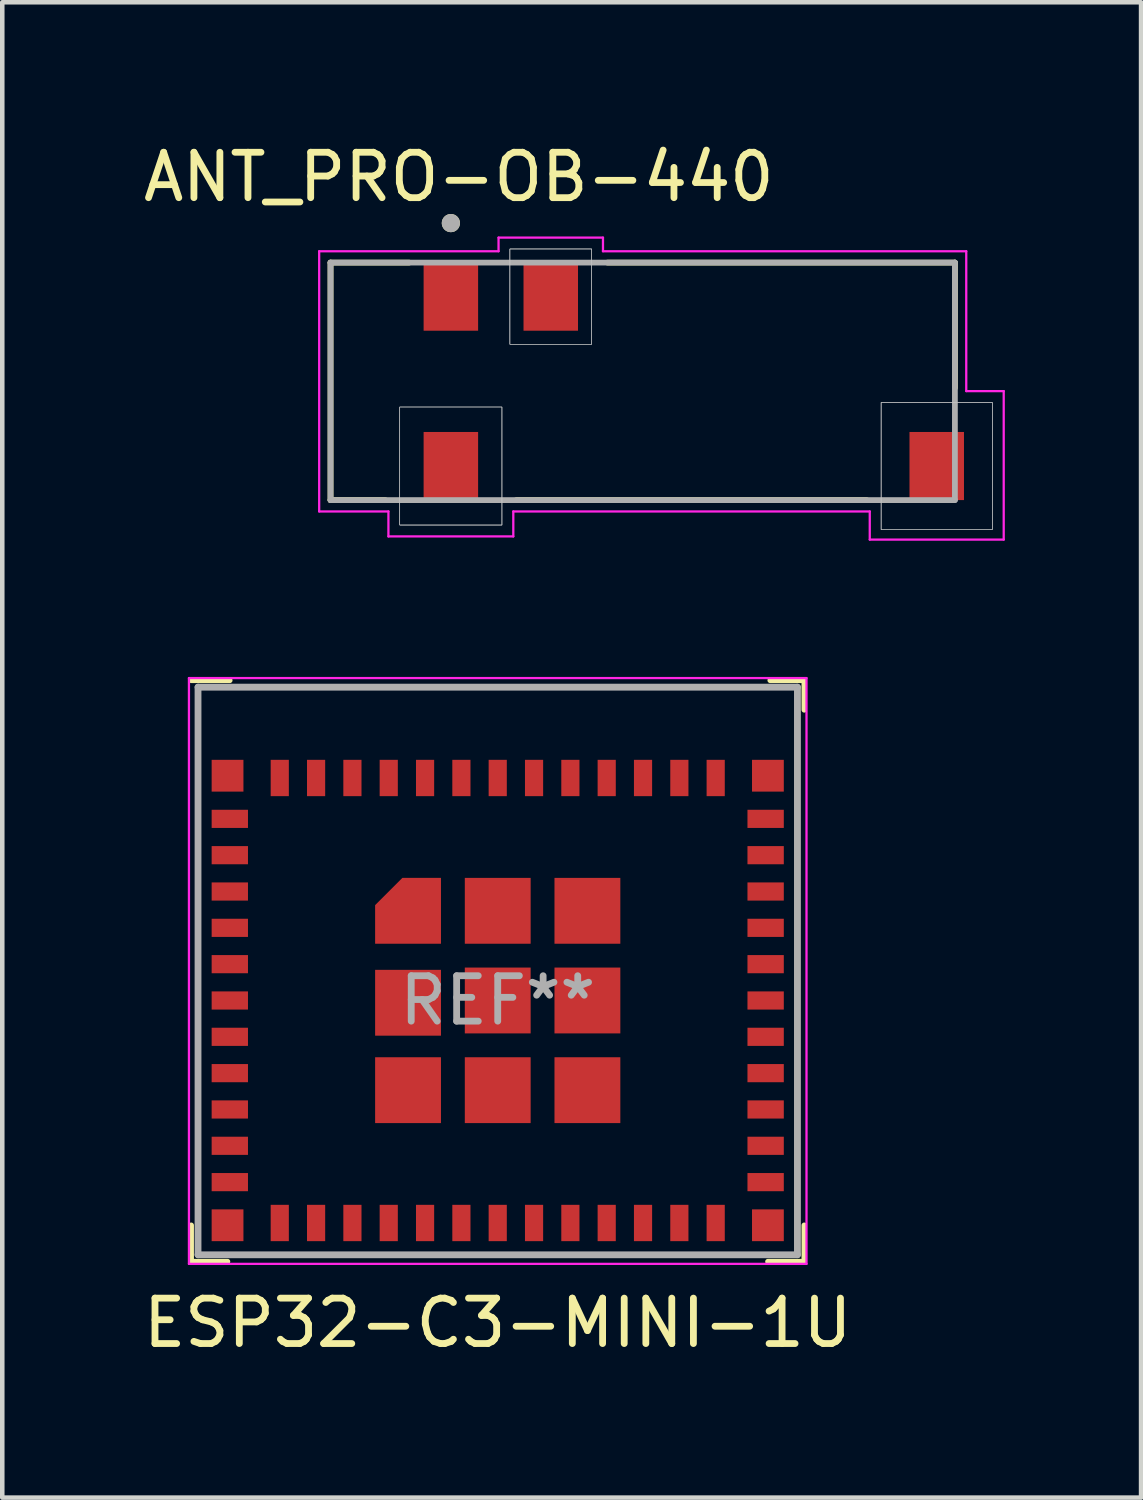
<source format=kicad_pcb>
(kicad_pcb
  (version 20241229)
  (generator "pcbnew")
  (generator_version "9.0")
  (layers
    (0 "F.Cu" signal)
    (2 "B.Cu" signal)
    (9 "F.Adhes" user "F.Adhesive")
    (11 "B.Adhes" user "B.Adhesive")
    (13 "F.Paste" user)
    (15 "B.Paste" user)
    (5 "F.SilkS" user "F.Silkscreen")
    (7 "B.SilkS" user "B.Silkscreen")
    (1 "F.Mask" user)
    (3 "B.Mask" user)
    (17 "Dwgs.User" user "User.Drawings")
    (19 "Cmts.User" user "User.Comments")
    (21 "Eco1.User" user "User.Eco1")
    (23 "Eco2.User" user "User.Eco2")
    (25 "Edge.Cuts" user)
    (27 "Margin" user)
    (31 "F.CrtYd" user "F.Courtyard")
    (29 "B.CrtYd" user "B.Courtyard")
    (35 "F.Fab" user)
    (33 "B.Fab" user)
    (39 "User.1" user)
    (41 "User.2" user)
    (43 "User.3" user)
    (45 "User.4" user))
  (footprint "ESP32-C3-MINI-1U"
    (layer "F.Cu")
    (at 7.911 18.983)
    (property "Reference" "ESP32-C3-MINI-1U" (at 0 7.1 0) (layer "F.SilkS") (effects (font (size 1 1) (thickness 0.15))))
    (attr smd)
    (fp_line (start -6.75 4.95) (end -6.75 5.75) (stroke (width 0.12) (type solid)) (layer "F.SilkS"))
    (fp_line (start -6.75 5.75) (end -5.95 5.75) (stroke (width 0.12) (type solid)) (layer "F.SilkS"))
    (fp_line (start -6.6 -6.9) (end 6.6 -6.9) (stroke (width 0.12) (type solid)) (layer "F.SilkS"))
    (fp_line (start -6.6 5.6) (end -6.6 -6.9) (stroke (width 0.12) (type solid)) (layer "F.SilkS"))
    (fp_line (start -5.9 -7.05) (end -6.75 -7.05) (stroke (width 0.12) (type solid)) (layer "F.SilkS"))
    (fp_line (start 6 -7.05) (end 6.75 -7.05) (stroke (width 0.12) (type solid)) (layer "F.SilkS"))
    (fp_line (start 6.6 -6.9) (end 6.6 5.6) (stroke (width 0.12) (type solid)) (layer "F.SilkS"))
    (fp_line (start 6.6 5.6) (end -6.6 5.6) (stroke (width 0.12) (type solid)) (layer "F.SilkS"))
    (fp_line (start 6.75 -7.05) (end 6.75 -6.4) (stroke (width 0.12) (type solid)) (layer "F.SilkS"))
    (fp_line (start 6.75 4.95) (end 6.75 5.75) (stroke (width 0.12) (type solid)) (layer "F.SilkS"))
    (fp_line (start 6.75 5.75) (end 5.95 5.75) (stroke (width 0.12) (type solid)) (layer "F.SilkS"))
    (fp_line (start -6.8 -7.1) (end 6.8 -7.1) (stroke (width 0.05) (type solid)) (layer "F.CrtYd"))
    (fp_line (start -6.8 5.8) (end -6.8 -7.1) (stroke (width 0.05) (type solid)) (layer "F.CrtYd"))
    (fp_line (start 6.8 -7.1) (end 6.8 5.8) (stroke (width 0.05) (type solid)) (layer "F.CrtYd"))
    (fp_line (start 6.8 5.8) (end -6.8 5.8) (stroke (width 0.05) (type solid)) (layer "F.CrtYd"))
    (fp_line (start -6.6 -6.9) (end -6.6 5.6) (stroke (width 0.15) (type solid)) (layer "F.Fab"))
    (fp_line (start -6.6 5.6) (end 6.6 5.6) (stroke (width 0.15) (type solid)) (layer "F.Fab"))
    (fp_line (start 6.6 -6.9) (end -6.6 -6.9) (stroke (width 0.15) (type solid)) (layer "F.Fab"))
    (fp_line (start 6.6 5.6) (end 6.6 -6.9) (stroke (width 0.15) (type solid)) (layer "F.Fab"))
    (fp_text user "REF**" (at 0 0 0) (layer "F.Fab") (effects (font (size 1 1) (thickness 0.15))))
    (pad "1" smd rect (at -5.9 -4 90) (size 0.4 0.8) (layers "F.Cu" "F.Mask" "F.Paste"))
    (pad "2" smd rect (at -5.9 -3.2 90) (size 0.4 0.8) (layers "F.Cu" "F.Mask" "F.Paste"))
    (pad "3" smd rect (at -5.9 -2.4 90) (size 0.4 0.8) (layers "F.Cu" "F.Mask" "F.Paste"))
    (pad "4" smd rect (at -5.9 -1.6 90) (size 0.4 0.8) (layers "F.Cu" "F.Mask" "F.Paste"))
    (pad "5" smd rect (at -5.9 -0.8 90) (size 0.4 0.8) (layers "F.Cu" "F.Mask" "F.Paste"))
    (pad "6" smd rect (at -5.9 0 90) (size 0.4 0.8) (layers "F.Cu" "F.Mask" "F.Paste"))
    (pad "7" smd rect (at -5.9 0.8 90) (size 0.4 0.8) (layers "F.Cu" "F.Mask" "F.Paste"))
    (pad "8" smd rect (at -5.9 1.6 90) (size 0.4 0.8) (layers "F.Cu" "F.Mask" "F.Paste"))
    (pad "9" smd rect (at -5.9 2.4 90) (size 0.4 0.8) (layers "F.Cu" "F.Mask" "F.Paste"))
    (pad "10" smd rect (at -5.9 3.2 90) (size 0.4 0.8) (layers "F.Cu" "F.Mask" "F.Paste"))
    (pad "11" smd rect (at -5.9 4 90) (size 0.4 0.8) (layers "F.Cu" "F.Mask" "F.Paste"))
    (pad "12" smd rect (at -4.8 4.9) (size 0.4 0.8) (layers "F.Cu" "F.Mask" "F.Paste"))
    (pad "13" smd rect (at -4 4.9) (size 0.4 0.8) (layers "F.Cu" "F.Mask" "F.Paste"))
    (pad "14" smd rect (at -3.2 4.9) (size 0.4 0.8) (layers "F.Cu" "F.Mask" "F.Paste"))
    (pad "15" smd rect (at -2.4 4.9) (size 0.4 0.8) (layers "F.Cu" "F.Mask" "F.Paste"))
    (pad "16" smd rect (at -1.6 4.9) (size 0.4 0.8) (layers "F.Cu" "F.Mask" "F.Paste"))
    (pad "17" smd rect (at -0.8 4.9) (size 0.4 0.8) (layers "F.Cu" "F.Mask" "F.Paste"))
    (pad "18" smd rect (at 0 4.9) (size 0.4 0.8) (layers "F.Cu" "F.Mask" "F.Paste"))
    (pad "19" smd rect (at 0.8 4.9) (size 0.4 0.8) (layers "F.Cu" "F.Mask" "F.Paste"))
    (pad "20" smd rect (at 1.6 4.9) (size 0.4 0.8) (layers "F.Cu" "F.Mask" "F.Paste"))
    (pad "21" smd rect (at 2.4 4.9) (size 0.4 0.8) (layers "F.Cu" "F.Mask" "F.Paste"))
    (pad "22" smd rect (at 3.2 4.9) (size 0.4 0.8) (layers "F.Cu" "F.Mask" "F.Paste"))
    (pad "23" smd rect (at 4 4.9) (size 0.4 0.8) (layers "F.Cu" "F.Mask" "F.Paste"))
    (pad "24" smd rect (at 4.8 4.9) (size 0.4 0.8) (layers "F.Cu" "F.Mask" "F.Paste"))
    (pad "25" smd rect (at 5.9 4 90) (size 0.4 0.8) (layers "F.Cu" "F.Mask" "F.Paste"))
    (pad "26" smd rect (at 5.9 3.2 90) (size 0.4 0.8) (layers "F.Cu" "F.Mask" "F.Paste"))
    (pad "27" smd rect (at 5.9 2.4 90) (size 0.4 0.8) (layers "F.Cu" "F.Mask" "F.Paste"))
    (pad "28" smd rect (at 5.9 1.6 90) (size 0.4 0.8) (layers "F.Cu" "F.Mask" "F.Paste"))
    (pad "29" smd rect (at 5.9 0.8 90) (size 0.4 0.8) (layers "F.Cu" "F.Mask" "F.Paste"))
    (pad "30" smd rect (at 5.9 0 90) (size 0.4 0.8) (layers "F.Cu" "F.Mask" "F.Paste"))
    (pad "31" smd rect (at 5.9 -0.8 90) (size 0.4 0.8) (layers "F.Cu" "F.Mask" "F.Paste"))
    (pad "32" smd rect (at 5.9 -1.6 90) (size 0.4 0.8) (layers "F.Cu" "F.Mask" "F.Paste"))
    (pad "33" smd rect (at 5.9 -2.4 90) (size 0.4 0.8) (layers "F.Cu" "F.Mask" "F.Paste"))
    (pad "34" smd rect (at 5.9 -3.2 90) (size 0.4 0.8) (layers "F.Cu" "F.Mask" "F.Paste"))
    (pad "35" smd rect (at 5.9 -4 90) (size 0.4 0.8) (layers "F.Cu" "F.Mask" "F.Paste"))
    (pad "36" smd rect (at -5.95 -4.95 90) (size 0.7 0.7) (layers "F.Cu" "F.Mask" "F.Paste"))
    (pad "36" smd rect (at -5.95 4.95 90) (size 0.7 0.7) (layers "F.Cu" "F.Mask" "F.Paste"))
    (pad "36" smd rect (at -4.8 -4.9) (size 0.4 0.8) (layers "F.Cu" "F.Mask" "F.Paste"))
    (pad "36" smd rect (at -4 -4.9) (size 0.4 0.8) (layers "F.Cu" "F.Mask" "F.Paste"))
    (pad "36" smd rect (at -3.2 -4.9) (size 0.4 0.8) (layers "F.Cu" "F.Mask" "F.Paste"))
    (pad "36" smd rect (at -2.4 -4.9) (size 0.4 0.8) (layers "F.Cu" "F.Mask" "F.Paste"))
    (pad "36" smd custom (at -1.975 -1.975) (size 0.8 0.8) (layers "F.Cu" "F.Mask" "F.Paste") (options (anchor rect)) (primitives (gr_poly (pts (xy 0.725 0.725) (xy -0.725 0.725) (xy -0.725 -0.125) (xy -0.125 -0.725) (xy 0.725 -0.725)) (width 0) (fill yes))))
    (pad "36" smd rect (at -1.975 0.05 90) (size 1.45 1.45) (layers "F.Cu" "F.Mask" "F.Paste"))
    (pad "36" smd rect (at -1.975 1.975 90) (size 1.45 1.45) (layers "F.Cu" "F.Mask" "F.Paste"))
    (pad "36" smd rect (at -1.6 -4.9) (size 0.4 0.8) (layers "F.Cu" "F.Mask" "F.Paste"))
    (pad "36" smd rect (at -0.8 -4.9) (size 0.4 0.8) (layers "F.Cu" "F.Mask" "F.Paste"))
    (pad "36" smd rect (at 0 -4.9) (size 0.4 0.8) (layers "F.Cu" "F.Mask" "F.Paste"))
    (pad "36" smd rect (at 0 -1.975 90) (size 1.45 1.45) (layers "F.Cu" "F.Mask" "F.Paste"))
    (pad "36" smd rect (at 0 0 90) (size 1.45 1.45) (layers "F.Cu" "F.Mask" "F.Paste"))
    (pad "36" smd rect (at 0 1.975 90) (size 1.45 1.45) (layers "F.Cu" "F.Mask" "F.Paste"))
    (pad "36" smd rect (at 0.8 -4.9) (size 0.4 0.8) (layers "F.Cu" "F.Mask" "F.Paste"))
    (pad "36" smd rect (at 1.6 -4.9) (size 0.4 0.8) (layers "F.Cu" "F.Mask" "F.Paste"))
    (pad "36" smd rect (at 1.975 -1.975 90) (size 1.45 1.45) (layers "F.Cu" "F.Mask" "F.Paste"))
    (pad "36" smd rect (at 1.975 0 90) (size 1.45 1.45) (layers "F.Cu" "F.Mask" "F.Paste"))
    (pad "36" smd rect (at 1.975 1.975 90) (size 1.45 1.45) (layers "F.Cu" "F.Mask" "F.Paste"))
    (pad "36" smd rect (at 2.4 -4.9) (size 0.4 0.8) (layers "F.Cu" "F.Mask" "F.Paste"))
    (pad "36" smd rect (at 3.2 -4.9) (size 0.4 0.8) (layers "F.Cu" "F.Mask" "F.Paste"))
    (pad "36" smd rect (at 4 -4.9) (size 0.4 0.8) (layers "F.Cu" "F.Mask" "F.Paste"))
    (pad "36" smd rect (at 4.8 -4.9) (size 0.4 0.8) (layers "F.Cu" "F.Mask" "F.Paste"))
    (pad "36" smd rect (at 5.95 -4.95 90) (size 0.7 0.7) (layers "F.Cu" "F.Mask" "F.Paste"))
    (pad "36" smd rect (at 5.95 4.95 90) (size 0.7 0.7) (layers "F.Cu" "F.Mask" "F.Paste")))
  (footprint "ANT_PRO-OB-440"
    (layer "F.Cu")
    (at 6.879 3.483)
    (property "Reference" "ANT_PRO-OB-440" (at 0.175 -2.635 0) (layer "F.SilkS") (effects (font (size 1 1) (thickness 0.15))))
    (attr through_hole)
    (fp_line (start -2.65 -0.75) (end -2.65 4.48) (stroke (width 0.127) (type solid)) (layer "F.SilkS"))
    (fp_line (start -2.65 -0.75) (end -0.92 -0.75) (stroke (width 0.127) (type solid)) (layer "F.SilkS"))
    (fp_line (start -2.65 4.48) (end -1.445 4.48) (stroke (width 0.127) (type solid)) (layer "F.SilkS"))
    (fp_line (start 1.445 4.48) (end 9.155 4.48) (stroke (width 0.127) (type solid)) (layer "F.SilkS"))
    (fp_line (start 3.45 -0.75) (end 11.1 -0.75) (stroke (width 0.127) (type solid)) (layer "F.SilkS"))
    (fp_line (start 11.1 -0.75) (end 11.1 2.01) (stroke (width 0.127) (type solid)) (layer "F.SilkS"))
    (fp_circle (center 0 -1.62) (end 0.1 -1.62) (stroke (width 0.2) (type solid)) (fill no) (layer "F.SilkS"))
    (fp_poly (pts (xy -1.125 2.43) (xy 1.125 2.43) (xy 1.125 5.03) (xy -1.125 5.03)) (stroke (width 0.01) (type solid)) (fill no) (layer "Dwgs.User"))
    (fp_poly (pts (xy -1.125 2.43) (xy 1.125 2.43) (xy 1.125 5.03) (xy -1.125 5.03)) (stroke (width 0.01) (type solid)) (fill no) (layer "Dwgs.User"))
    (fp_poly (pts (xy -1.125 2.43) (xy 1.125 2.43) (xy 1.125 5.03) (xy -1.125 5.03)) (stroke (width 0.01) (type solid)) (fill no) (layer "Dwgs.User"))
    (fp_poly (pts (xy 1.3 -1.05) (xy 3.1 -1.05) (xy 3.1 1.05) (xy 1.3 1.05)) (stroke (width 0.01) (type solid)) (fill no) (layer "Dwgs.User"))
    (fp_poly (pts (xy 1.3 -1.05) (xy 3.1 -1.05) (xy 3.1 1.05) (xy 1.3 1.05)) (stroke (width 0.01) (type solid)) (fill no) (layer "Dwgs.User"))
    (fp_poly (pts (xy 1.3 -1.05) (xy 3.1 -1.05) (xy 3.1 1.05) (xy 1.3 1.05)) (stroke (width 0.01) (type solid)) (fill no) (layer "Dwgs.User"))
    (fp_poly (pts (xy 9.475 2.33) (xy 11.925 2.33) (xy 11.925 5.13) (xy 9.475 5.13)) (stroke (width 0.01) (type solid)) (fill no) (layer "Dwgs.User"))
    (fp_poly (pts (xy 9.475 2.33) (xy 11.925 2.33) (xy 11.925 5.13) (xy 9.475 5.13)) (stroke (width 0.01) (type solid)) (fill no) (layer "Dwgs.User"))
    (fp_poly (pts (xy 9.475 2.33) (xy 11.925 2.33) (xy 11.925 5.13) (xy 9.475 5.13)) (stroke (width 0.01) (type solid)) (fill no) (layer "Dwgs.User"))
    (fp_line (start -2.9 -1) (end -2.9 4.73) (stroke (width 0.05) (type solid)) (layer "F.CrtYd"))
    (fp_line (start -2.9 -1) (end 1.05 -1) (stroke (width 0.05) (type solid)) (layer "F.CrtYd"))
    (fp_line (start -2.9 4.73) (end -1.375 4.73) (stroke (width 0.05) (type solid)) (layer "F.CrtYd"))
    (fp_line (start -1.375 4.73) (end -1.375 5.28) (stroke (width 0.05) (type solid)) (layer "F.CrtYd"))
    (fp_line (start -1.375 5.28) (end 1.375 5.28) (stroke (width 0.05) (type solid)) (layer "F.CrtYd"))
    (fp_line (start 1.05 -1.3) (end 3.35 -1.3) (stroke (width 0.05) (type solid)) (layer "F.CrtYd"))
    (fp_line (start 1.05 -1) (end 1.05 -1.3) (stroke (width 0.05) (type solid)) (layer "F.CrtYd"))
    (fp_line (start 1.375 5.28) (end 1.375 4.73) (stroke (width 0.05) (type solid)) (layer "F.CrtYd"))
    (fp_line (start 3.35 -1.3) (end 3.35 -1) (stroke (width 0.05) (type solid)) (layer "F.CrtYd"))
    (fp_line (start 3.35 -1) (end 11.35 -1) (stroke (width 0.05) (type solid)) (layer "F.CrtYd"))
    (fp_line (start 9.225 4.73) (end 1.375 4.73) (stroke (width 0.05) (type solid)) (layer "F.CrtYd"))
    (fp_line (start 9.225 4.73) (end 9.225 5.35) (stroke (width 0.05) (type solid)) (layer "F.CrtYd"))
    (fp_line (start 9.225 5.35) (end 12.175 5.35) (stroke (width 0.05) (type solid)) (layer "F.CrtYd"))
    (fp_line (start 11.35 -1) (end 11.35 2.08) (stroke (width 0.05) (type solid)) (layer "F.CrtYd"))
    (fp_line (start 11.35 2.08) (end 12.175 2.08) (stroke (width 0.05) (type solid)) (layer "F.CrtYd"))
    (fp_line (start 12.175 2.08) (end 12.175 5.35) (stroke (width 0.05) (type solid)) (layer "F.CrtYd"))
    (fp_line (start -2.65 -0.75) (end -2.65 4.48) (stroke (width 0.127) (type solid)) (layer "F.Fab"))
    (fp_line (start -2.65 4.48) (end 11.1 4.48) (stroke (width 0.127) (type solid)) (layer "F.Fab"))
    (fp_line (start 11.1 -0.75) (end -2.65 -0.75) (stroke (width 0.127) (type solid)) (layer "F.Fab"))
    (fp_line (start 11.1 4.48) (end 11.1 -0.75) (stroke (width 0.127) (type solid)) (layer "F.Fab"))
    (fp_circle (center 0 -1.62) (end 0.1 -1.62) (stroke (width 0.2) (type solid)) (fill no) (layer "F.Fab"))
    (pad "1" smd rect (at 0 0) (size 1.2 1.5) (layers "F.Cu" "F.Mask" "F.Paste"))
    (pad "2" smd rect (at 2.2 0) (size 1.2 1.5) (layers "F.Cu" "F.Mask" "F.Paste"))
    (pad "3" smd rect (at 0 3.73) (size 1.2 1.5) (layers "F.Cu" "F.Mask" "F.Paste"))
    (pad "4" smd rect (at 10.7 3.73) (size 1.2 1.5) (layers "F.Cu" "F.Mask" "F.Paste")))
  (gr_rect
    (start -3 -3)
    (end 22.079 29.931)
    (stroke (width 0.1) (type default))
    (fill no)
    (layer "Edge.Cuts")))
</source>
